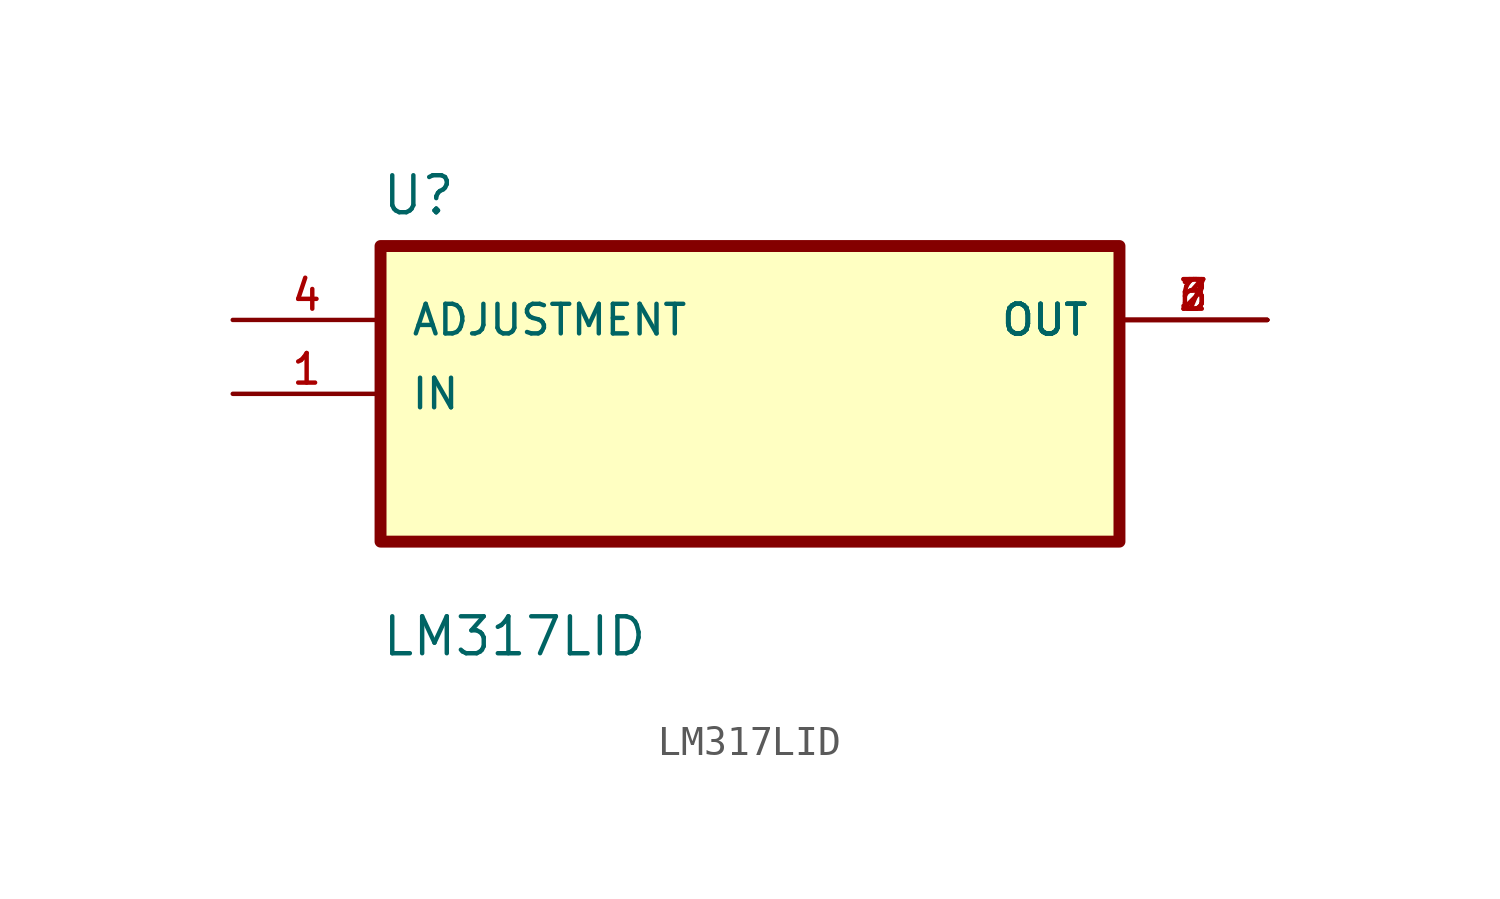
<source format=kicad_sym>
(kicad_symbol_lib
  (version 20211014)
  (generator kicad_symbol_editor)
  (symbol "LM317LID"
    (pin_names
      (offset 1.016))
    (property "Reference" "U"
      (at -12.7 6.08 0.0)
      (effects (font (size 1.27 1.27)) (justify bottom left)))
    (property "Value" "LM317LID"
      (at -12.7 -9.08 0.0)
      (effects (font (size 1.27 1.27)) (justify bottom left)))
    (symbol "LM317LID_0_0"
      (rectangle (start -12.7 -5.08) (end 12.7 5.08) (stroke (width 0.41)) (fill (type background)))
      (pin input line (at -17.78 2.54 0) (length 5.08) (name "ADJUSTMENT" (effects (font (size 1.016 1.016)))) (number "4" (effects (font (size 1.016 1.016)))))
      (pin input line (at -17.78 0.0 0) (length 5.08) (name "IN" (effects (font (size 1.016 1.016)))) (number "1" (effects (font (size 1.016 1.016)))))
      (pin output line (at 17.78 2.54 180.0) (length 5.08) (name "OUT" (effects (font (size 1.016 1.016)))) (number "2" (effects (font (size 1.016 1.016)))))
      (pin output line (at 17.78 2.54 180.0) (length 5.08) (name "OUT" (effects (font (size 1.016 1.016)))) (number "3" (effects (font (size 1.016 1.016)))))
      (pin output line (at 17.78 2.54 180.0) (length 5.08) (name "OUT" (effects (font (size 1.016 1.016)))) (number "6" (effects (font (size 1.016 1.016)))))
      (pin output line (at 17.78 2.54 180.0) (length 5.08) (name "OUT" (effects (font (size 1.016 1.016)))) (number "7" (effects (font (size 1.016 1.016))))))))
</source>
